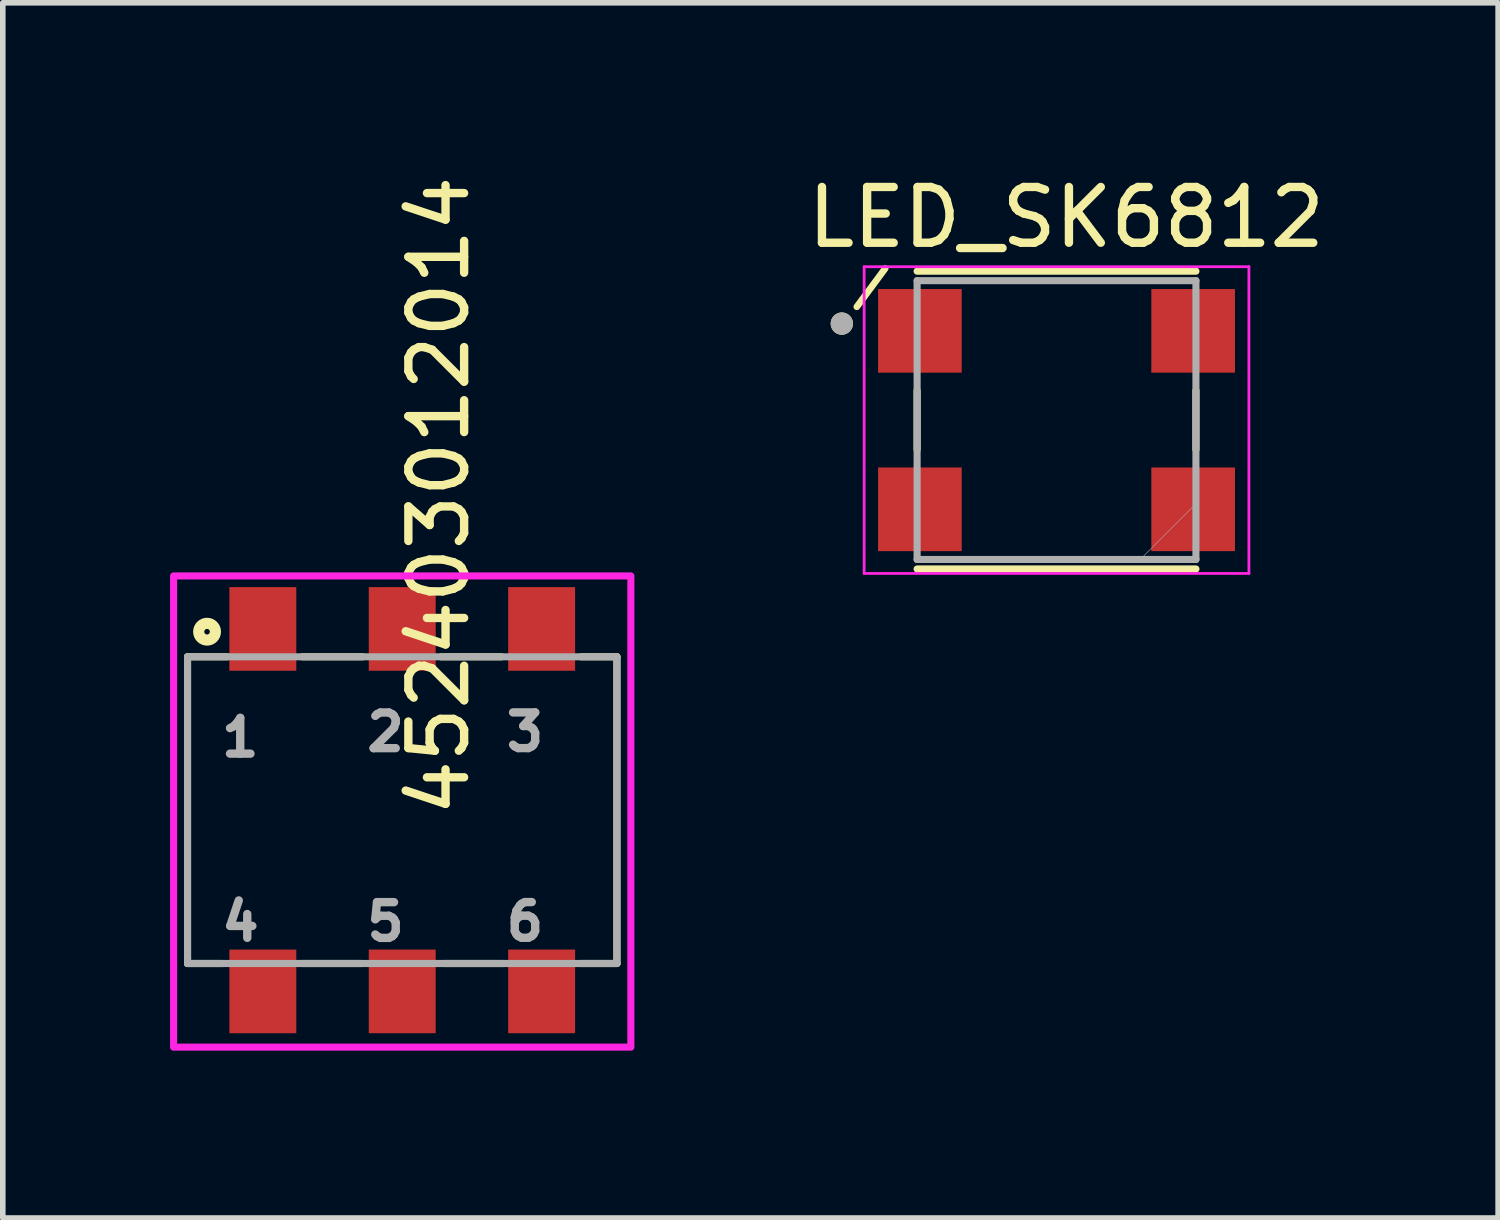
<source format=kicad_pcb>
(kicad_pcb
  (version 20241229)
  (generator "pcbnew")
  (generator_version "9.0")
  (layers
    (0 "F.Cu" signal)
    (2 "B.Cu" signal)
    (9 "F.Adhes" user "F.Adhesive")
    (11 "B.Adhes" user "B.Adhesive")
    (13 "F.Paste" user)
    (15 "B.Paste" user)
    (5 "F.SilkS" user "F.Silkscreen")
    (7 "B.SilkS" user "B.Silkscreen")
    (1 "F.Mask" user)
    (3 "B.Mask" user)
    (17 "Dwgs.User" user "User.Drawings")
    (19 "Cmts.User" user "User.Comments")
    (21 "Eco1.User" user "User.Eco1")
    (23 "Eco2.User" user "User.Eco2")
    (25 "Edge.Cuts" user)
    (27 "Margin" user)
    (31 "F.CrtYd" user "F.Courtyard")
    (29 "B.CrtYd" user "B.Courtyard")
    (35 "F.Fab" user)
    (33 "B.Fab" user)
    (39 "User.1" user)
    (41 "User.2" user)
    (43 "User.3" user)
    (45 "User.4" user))
  (footprint "LED_SK6812"
    (layer "F.Cu")
    (at 15.896 4.483)
    (property "Reference" "LED_SK6812" (at 0.175 -3.635 0) (layer "F.SilkS") (effects (font (size 1 1) (thickness 0.15))))
    (attr through_hole)
    (fp_line (start -3.581 -2.032) (end -3.073 -2.718) (stroke (width 0.12) (type solid)) (layer "F.SilkS"))
    (fp_line (start -2.5 -2.67) (end 2.5 -2.67) (stroke (width 0.127) (type solid)) (layer "F.SilkS"))
    (fp_line (start -2.5 -0.53) (end -2.5 0.53) (stroke (width 0.127) (type solid)) (layer "F.SilkS"))
    (fp_line (start -2.5 2.67) (end 2.5 2.67) (stroke (width 0.127) (type solid)) (layer "F.SilkS"))
    (fp_line (start 2.5 -0.53) (end 2.5 0.53) (stroke (width 0.127) (type solid)) (layer "F.SilkS"))
    (fp_circle (center -3.85 -1.73) (end -3.75 -1.73) (stroke (width 0.2) (type solid)) (fill no) (layer "F.SilkS"))
    (fp_line (start -3.45 -2.75) (end 3.45 -2.75) (stroke (width 0.05) (type solid)) (layer "F.CrtYd"))
    (fp_line (start -3.45 2.75) (end -3.45 -2.75) (stroke (width 0.05) (type solid)) (layer "F.CrtYd"))
    (fp_line (start 3.45 -2.75) (end 3.45 2.75) (stroke (width 0.05) (type solid)) (layer "F.CrtYd"))
    (fp_line (start 3.45 2.75) (end -3.45 2.75) (stroke (width 0.05) (type solid)) (layer "F.CrtYd"))
    (fp_line (start -2.5 -2.5) (end 2.5 -2.5) (stroke (width 0.127) (type solid)) (layer "F.Fab"))
    (fp_line (start -2.5 2.5) (end -2.5 -2.5) (stroke (width 0.127) (type solid)) (layer "F.Fab"))
    (fp_line (start 2.5 -2.5) (end 2.5 2.5) (stroke (width 0.127) (type solid)) (layer "F.Fab"))
    (fp_line (start 2.5 2.5) (end -2.5 2.5) (stroke (width 0.127) (type solid)) (layer "F.Fab"))
    (fp_circle (center -3.85 -1.73) (end -3.75 -1.73) (stroke (width 0.2) (type solid)) (fill no) (layer "F.Fab"))
    (fp_poly (pts (xy 2.5 2.5) (xy 1.5 2.5) (xy 2.5 1.5)) (stroke (width 0.01) (type solid)) (fill no) (layer "F.Fab"))
    (pad "1" smd rect (at -2.45 -1.6) (size 1.5 1.5) (layers "F.Cu" "F.Mask" "F.Paste"))
    (pad "2" smd rect (at -2.45 1.6) (size 1.5 1.5) (layers "F.Cu" "F.Mask" "F.Paste"))
    (pad "3" smd rect (at 2.45 1.6) (size 1.5 1.5) (layers "F.Cu" "F.Mask" "F.Paste"))
    (pad "4" smd rect (at 2.45 -1.6) (size 1.5 1.5) (layers "F.Cu" "F.Mask" "F.Paste")))
  (footprint "452403012014"
    (layer "F.Cu")
    (at 4.163 11.478)
    (property "Reference" "452403012014" (at 0.655 -5.637 90) (layer "F.SilkS") (effects (font (size 1 1) (thickness 0.15))))
    (attr through_hole)
    (fp_line (start -3.85 -2.75) (end -3.85 2.75) (stroke (width 0.127) (type solid)) (layer "F.SilkS"))
    (fp_line (start -3.85 2.75) (end -3.22 2.75) (stroke (width 0.127) (type solid)) (layer "F.SilkS"))
    (fp_line (start -3.14 -2.75) (end -3.85 -2.75) (stroke (width 0.127) (type solid)) (layer "F.SilkS"))
    (fp_line (start -1.81 2.75) (end -0.73 2.75) (stroke (width 0.127) (type solid)) (layer "F.SilkS"))
    (fp_line (start -1.79 -2.75) (end -0.71 -2.75) (stroke (width 0.127) (type solid)) (layer "F.SilkS"))
    (fp_line (start 0.7 -2.75) (end 1.78 -2.75) (stroke (width 0.127) (type solid)) (layer "F.SilkS"))
    (fp_line (start 0.73 2.75) (end 1.81 2.75) (stroke (width 0.127) (type solid)) (layer "F.SilkS"))
    (fp_line (start 3.21 -2.75) (end 3.85 -2.75) (stroke (width 0.127) (type solid)) (layer "F.SilkS"))
    (fp_line (start 3.85 -2.75) (end 3.85 2.75) (stroke (width 0.127) (type solid)) (layer "F.SilkS"))
    (fp_line (start 3.85 2.75) (end 3.19 2.75) (stroke (width 0.127) (type solid)) (layer "F.SilkS"))
    (fp_circle (center -3.5 -3.2) (end -3.45 -3.2) (stroke (width 0.2) (type solid)) (fill no) (layer "F.SilkS"))
    (fp_poly (pts (xy -4.1 -4.2) (xy 4.1 -4.2) (xy 4.1 4.25) (xy -4.1 4.25)) (stroke (width 0.127) (type solid)) (fill no) (layer "F.CrtYd"))
    (fp_line (start -3.85 -2.75) (end 3.85 -2.75) (stroke (width 0.127) (type solid)) (layer "F.Fab"))
    (fp_line (start -3.85 2.75) (end -3.85 -2.75) (stroke (width 0.127) (type solid)) (layer "F.Fab"))
    (fp_line (start 3.85 -2.75) (end 3.85 2.75) (stroke (width 0.127) (type solid)) (layer "F.Fab"))
    (fp_line (start 3.85 2.75) (end -3.85 2.75) (stroke (width 0.127) (type solid)) (layer "F.Fab"))
    (fp_text user "1" (at -2.905 -1.302 180) (layer "F.Fab") (effects (font (size 0.641 0.641) (thickness 0.15))))
    (fp_text user "3" (at 2.201 -1.401 180) (layer "F.Fab") (effects (font (size 0.64 0.64) (thickness 0.15))))
    (fp_text user "2" (at -0.3 -1.4 180) (layer "F.Fab") (effects (font (size 0.64 0.64) (thickness 0.15))))
    (fp_text user "6" (at 2.201 2 180) (layer "F.Fab") (effects (font (size 0.64 0.64) (thickness 0.15))))
    (fp_text user "5" (at -0.3 2.002 180) (layer "F.Fab") (effects (font (size 0.641 0.641) (thickness 0.15))))
    (fp_text user "4" (at -2.901 2.001 180) (layer "F.Fab") (effects (font (size 0.64 0.64) (thickness 0.15))))
    (pad "1" smd rect (at -2.5 -3.25) (size 1.2 1.5) (layers "F.Cu" "F.Mask" "F.Paste"))
    (pad "2" smd rect (at 0 -3.25) (size 1.2 1.5) (layers "F.Cu" "F.Mask" "F.Paste"))
    (pad "3" smd rect (at 2.5 -3.25) (size 1.2 1.5) (layers "F.Cu" "F.Mask" "F.Paste"))
    (pad "4" smd rect (at -2.5 3.25) (size 1.2 1.5) (layers "F.Cu" "F.Mask" "F.Paste"))
    (pad "5" smd rect (at 0 3.25) (size 1.2 1.5) (layers "F.Cu" "F.Mask" "F.Paste"))
    (pad "6" smd rect (at 2.5 3.25) (size 1.2 1.5) (layers "F.Cu" "F.Mask" "F.Paste")))
  (gr_rect
    (start -3 -3)
    (end 23.815 18.792)
    (stroke (width 0.1) (type default))
    (fill no)
    (layer "Edge.Cuts")))
</source>
